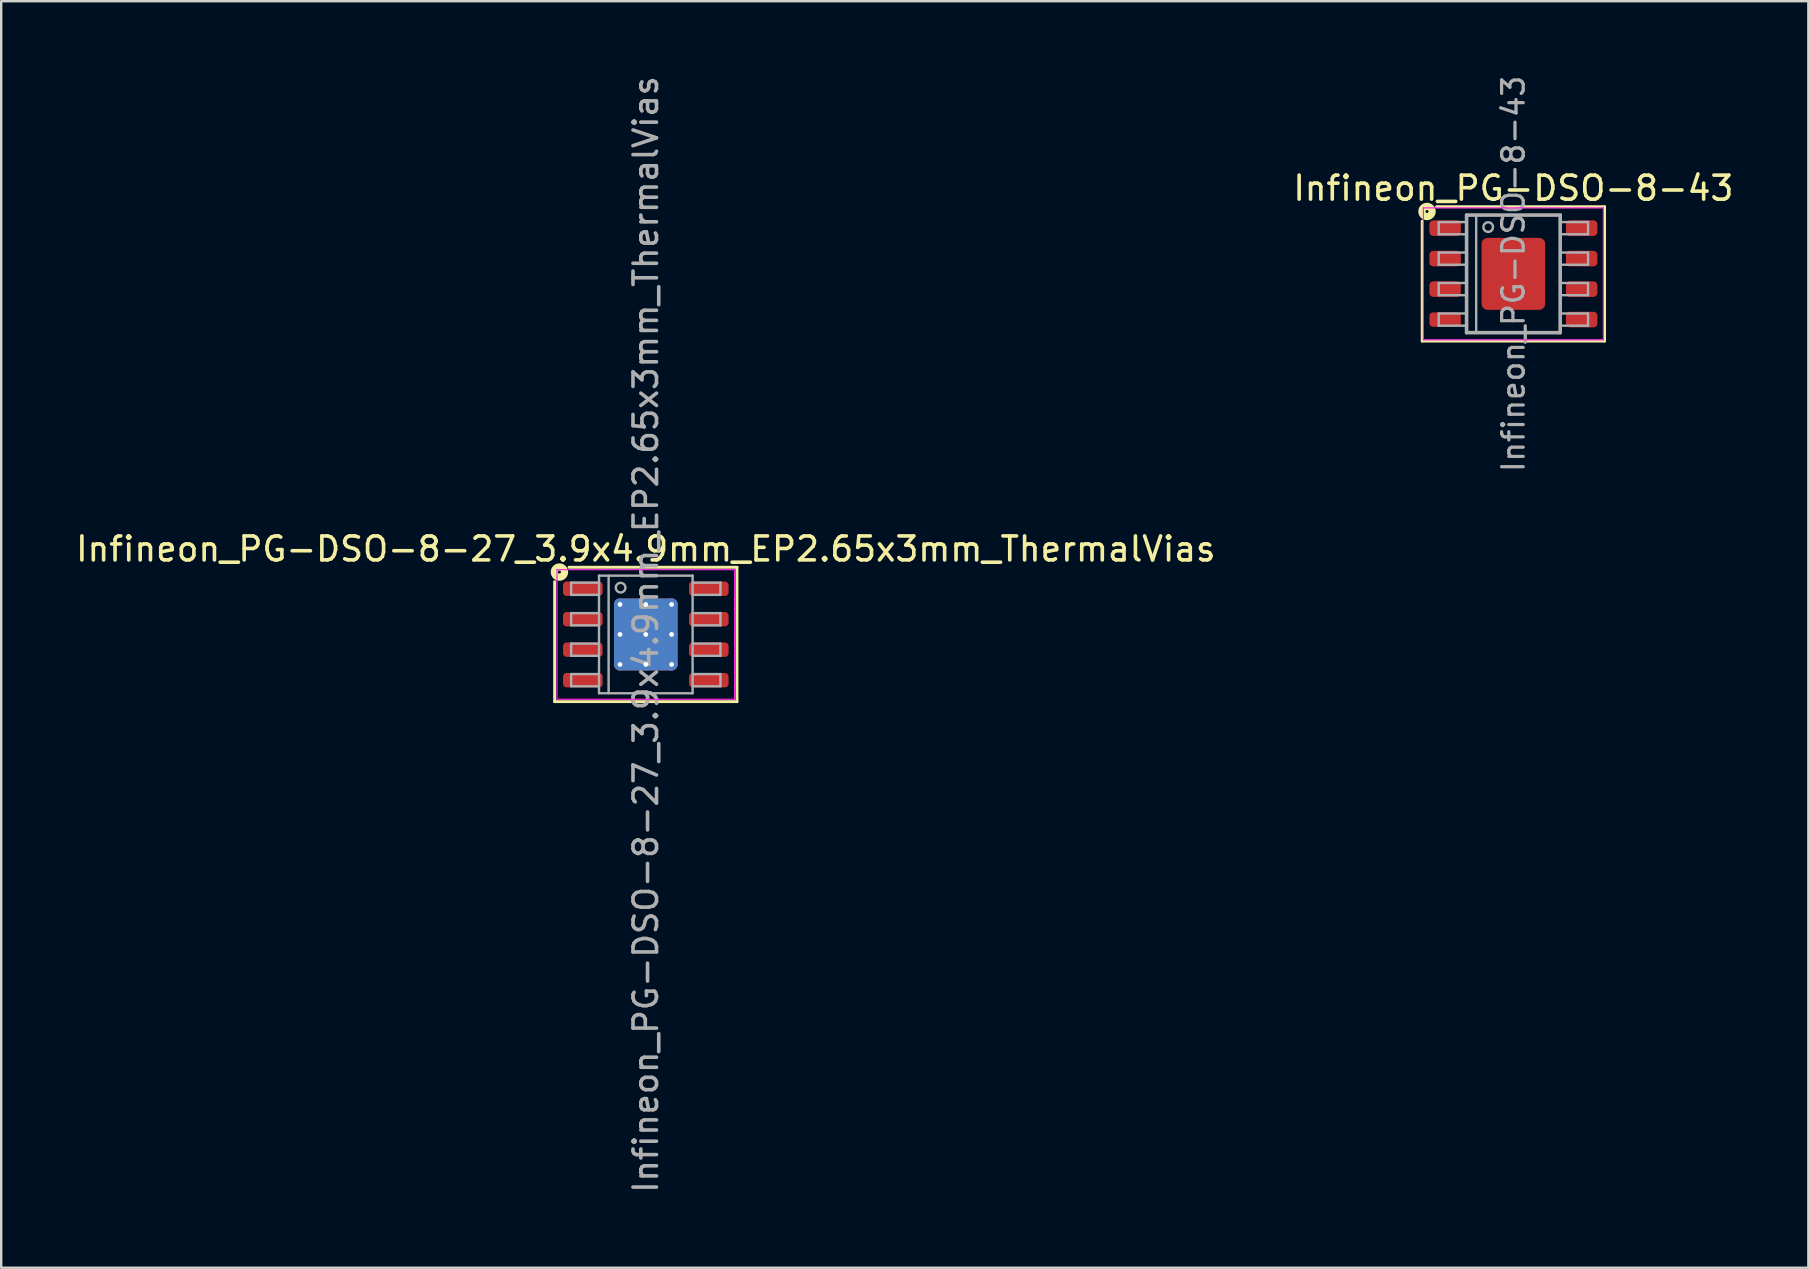
<source format=kicad_pcb>
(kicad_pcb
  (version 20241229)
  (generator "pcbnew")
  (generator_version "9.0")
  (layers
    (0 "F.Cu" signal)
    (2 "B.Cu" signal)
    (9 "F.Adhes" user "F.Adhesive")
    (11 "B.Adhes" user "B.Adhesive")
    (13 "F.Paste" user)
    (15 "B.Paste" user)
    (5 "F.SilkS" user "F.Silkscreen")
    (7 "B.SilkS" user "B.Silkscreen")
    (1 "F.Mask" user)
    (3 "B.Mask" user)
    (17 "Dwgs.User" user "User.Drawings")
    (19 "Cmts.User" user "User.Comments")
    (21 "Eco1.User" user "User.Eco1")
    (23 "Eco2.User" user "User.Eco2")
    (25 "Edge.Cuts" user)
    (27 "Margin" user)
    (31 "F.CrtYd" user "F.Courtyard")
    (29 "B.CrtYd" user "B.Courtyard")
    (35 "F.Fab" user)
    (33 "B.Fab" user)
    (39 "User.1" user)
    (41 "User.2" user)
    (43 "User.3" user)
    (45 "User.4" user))
  (footprint "Infineon_PG-DSO-8-43"
    (layer "F.Cu")
    (at 60.018 8.363)
    (property "Reference" "Infineon_PG-DSO-8-43" (at 0 -3.57 0) (layer "F.SilkS") (effects (font (size 1 1) (thickness 0.15))))
    (attr smd)
    (fp_line (start -3.8 2.8) (end -3.8 -2.2) (stroke (width 0.12) (type solid)) (layer "F.SilkS"))
    (fp_line (start -3.2 -2.8) (end 3.8 -2.8) (stroke (width 0.12) (type solid)) (layer "F.SilkS"))
    (fp_line (start 3.8 -2.8) (end 3.8 2.8) (stroke (width 0.12) (type solid)) (layer "F.SilkS"))
    (fp_line (start 3.8 2.8) (end -3.8 2.8) (stroke (width 0.12) (type solid)) (layer "F.SilkS"))
    (fp_circle (center -3.6 -2.6) (end -3.537 -2.6) (stroke (width 0.3) (type solid)) (fill no) (layer "F.SilkS"))
    (fp_line (start -3.75 -2.75) (end -3.75 2.75) (stroke (width 0.05) (type solid)) (layer "F.CrtYd"))
    (fp_line (start -3.75 -2.75) (end 3.75 -2.75) (stroke (width 0.05) (type solid)) (layer "F.CrtYd"))
    (fp_line (start -3.75 2.75) (end 3.75 2.75) (stroke (width 0.05) (type solid)) (layer "F.CrtYd"))
    (fp_line (start 3.75 -2.75) (end 3.75 2.75) (stroke (width 0.05) (type solid)) (layer "F.CrtYd"))
    (fp_line (start -3.111 -2.159) (end -3.111 -1.651) (stroke (width 0.1) (type solid)) (layer "F.Fab"))
    (fp_line (start -3.111 -2.159) (end -1.968 -2.159) (stroke (width 0.1) (type solid)) (layer "F.Fab"))
    (fp_line (start -3.111 -1.651) (end -1.968 -1.651) (stroke (width 0.1) (type solid)) (layer "F.Fab"))
    (fp_line (start -3.111 -0.889) (end -3.111 -0.381) (stroke (width 0.1) (type solid)) (layer "F.Fab"))
    (fp_line (start -3.111 -0.889) (end -1.968 -0.889) (stroke (width 0.1) (type solid)) (layer "F.Fab"))
    (fp_line (start -3.111 -0.381) (end -1.968 -0.381) (stroke (width 0.1) (type solid)) (layer "F.Fab"))
    (fp_line (start -3.111 0.381) (end -3.111 0.889) (stroke (width 0.1) (type solid)) (layer "F.Fab"))
    (fp_line (start -3.111 0.381) (end -1.968 0.381) (stroke (width 0.1) (type solid)) (layer "F.Fab"))
    (fp_line (start -3.111 0.889) (end -1.968 0.889) (stroke (width 0.1) (type solid)) (layer "F.Fab"))
    (fp_line (start -3.111 1.651) (end -3.111 2.159) (stroke (width 0.1) (type solid)) (layer "F.Fab"))
    (fp_line (start -3.111 1.651) (end -1.968 1.651) (stroke (width 0.1) (type solid)) (layer "F.Fab"))
    (fp_line (start -3.111 2.159) (end -1.968 2.159) (stroke (width 0.1) (type solid)) (layer "F.Fab"))
    (fp_line (start -1.95 -2.45) (end 1.95 -2.45) (stroke (width 0.15) (type solid)) (layer "F.Fab"))
    (fp_line (start -1.95 2.45) (end -1.95 -2.45) (stroke (width 0.15) (type solid)) (layer "F.Fab"))
    (fp_line (start -1.55 -2.45) (end -1.55 2.45) (stroke (width 0.1) (type solid)) (layer "F.Fab"))
    (fp_line (start 1.95 -2.45) (end 1.95 2.45) (stroke (width 0.15) (type solid)) (layer "F.Fab"))
    (fp_line (start 1.95 2.45) (end -1.95 2.45) (stroke (width 0.15) (type solid)) (layer "F.Fab"))
    (fp_line (start 3.111 -2.159) (end 1.968 -2.159) (stroke (width 0.1) (type solid)) (layer "F.Fab"))
    (fp_line (start 3.111 -1.651) (end 1.968 -1.651) (stroke (width 0.1) (type solid)) (layer "F.Fab"))
    (fp_line (start 3.111 -1.651) (end 3.111 -2.159) (stroke (width 0.1) (type solid)) (layer "F.Fab"))
    (fp_line (start 3.111 -0.889) (end 1.968 -0.889) (stroke (width 0.1) (type solid)) (layer "F.Fab"))
    (fp_line (start 3.111 -0.381) (end 1.968 -0.381) (stroke (width 0.1) (type solid)) (layer "F.Fab"))
    (fp_line (start 3.111 -0.381) (end 3.111 -0.889) (stroke (width 0.1) (type solid)) (layer "F.Fab"))
    (fp_line (start 3.111 0.381) (end 1.968 0.381) (stroke (width 0.1) (type solid)) (layer "F.Fab"))
    (fp_line (start 3.111 0.889) (end 1.968 0.889) (stroke (width 0.1) (type solid)) (layer "F.Fab"))
    (fp_line (start 3.111 0.889) (end 3.111 0.381) (stroke (width 0.1) (type solid)) (layer "F.Fab"))
    (fp_line (start 3.111 1.651) (end 1.968 1.651) (stroke (width 0.1) (type solid)) (layer "F.Fab"))
    (fp_line (start 3.111 2.159) (end 1.968 2.159) (stroke (width 0.1) (type solid)) (layer "F.Fab"))
    (fp_line (start 3.111 2.159) (end 3.111 1.651) (stroke (width 0.1) (type solid)) (layer "F.Fab"))
    (fp_circle (center -1.05 -1.95) (end -0.85 -1.95) (stroke (width 0.1) (type solid)) (fill no) (layer "F.Fab"))
    (fp_text user "${REFERENCE}" (at 0 0 90) (layer "F.Fab") (effects (font (size 0.9 0.9) (thickness 0.135))))
    (pad "" smd roundrect (at -0.7 -0.8) (size 0.9 1.1) (layers "F.Paste") (roundrect_rratio 0.25))
    (pad "" smd roundrect (at -0.7 0.8) (size 0.9 1.1) (layers "F.Paste") (roundrect_rratio 0.25))
    (pad "" smd roundrect (at 0.7 -0.8) (size 0.9 1.1) (layers "F.Paste") (roundrect_rratio 0.25))
    (pad "" smd roundrect (at 0.7 0.8) (size 0.9 1.1) (layers "F.Paste") (roundrect_rratio 0.25))
    (pad "1" smd roundrect (at -2.845 -1.905) (size 1.31 0.65) (layers "F.Cu" "F.Mask" "F.Paste") (roundrect_rratio 0.25))
    (pad "2" smd roundrect (at -2.845 -0.635) (size 1.31 0.65) (layers "F.Cu" "F.Mask" "F.Paste") (roundrect_rratio 0.25))
    (pad "3" smd roundrect (at -2.845 0.635) (size 1.31 0.65) (layers "F.Cu" "F.Mask" "F.Paste") (roundrect_rratio 0.25))
    (pad "4" smd roundrect (at -2.845 1.905) (size 1.31 0.6) (layers "F.Cu" "F.Mask" "F.Paste") (roundrect_rratio 0.25))
    (pad "5" smd roundrect (at 2.845 1.905) (size 1.31 0.65) (layers "F.Cu" "F.Mask" "F.Paste") (roundrect_rratio 0.25))
    (pad "6" smd roundrect (at 2.845 0.635) (size 1.31 0.65) (layers "F.Cu" "F.Mask" "F.Paste") (roundrect_rratio 0.25))
    (pad "7" smd roundrect (at 2.845 -0.635) (size 1.31 0.65) (layers "F.Cu" "F.Mask" "F.Paste") (roundrect_rratio 0.25))
    (pad "8" smd roundrect (at 2.845 -1.905) (size 1.31 0.65) (layers "F.Cu" "F.Mask" "F.Paste") (roundrect_rratio 0.25))
    (pad "9" smd roundrect (at 0 0) (size 2.65 3) (layers "F.Cu" "F.Mask") (roundrect_rratio 0.094)))
  (footprint "Infineon_PG-DSO-8-27_3.9x4.9mm_EP2.65x3mm_ThermalVias"
    (layer "F.Cu")
    (at 23.863 23.39)
    (property "Reference" "Infineon_PG-DSO-8-27_3.9x4.9mm_EP2.65x3mm_ThermalVias" (at 0 -3.562 0) (layer "F.SilkS") (effects (font (size 1 1) (thickness 0.15))))
    (attr smd)
    (fp_line (start -3.8 2.8) (end -3.8 -2.2) (stroke (width 0.12) (type solid)) (layer "F.SilkS"))
    (fp_line (start -3.2 -2.8) (end 3.8 -2.8) (stroke (width 0.12) (type solid)) (layer "F.SilkS"))
    (fp_line (start 3.8 -2.8) (end 3.8 2.8) (stroke (width 0.12) (type solid)) (layer "F.SilkS"))
    (fp_line (start 3.8 2.8) (end -3.8 2.8) (stroke (width 0.12) (type solid)) (layer "F.SilkS"))
    (fp_circle (center -3.6 -2.6) (end -3.537 -2.6) (stroke (width 0.3) (type solid)) (fill no) (layer "F.SilkS"))
    (fp_line (start -3.7 -2.7) (end -3.7 2.7) (stroke (width 0.05) (type solid)) (layer "F.CrtYd"))
    (fp_line (start -3.7 2.7) (end 3.7 2.7) (stroke (width 0.05) (type solid)) (layer "F.CrtYd"))
    (fp_line (start 3.7 -2.7) (end -3.7 -2.7) (stroke (width 0.05) (type solid)) (layer "F.CrtYd"))
    (fp_line (start 3.7 2.7) (end 3.7 -2.7) (stroke (width 0.05) (type solid)) (layer "F.CrtYd"))
    (fp_line (start -3.111 -2.159) (end -3.111 -1.651) (stroke (width 0.1) (type solid)) (layer "F.Fab"))
    (fp_line (start -3.111 -2.159) (end -1.968 -2.159) (stroke (width 0.1) (type solid)) (layer "F.Fab"))
    (fp_line (start -3.111 -1.651) (end -1.968 -1.651) (stroke (width 0.1) (type solid)) (layer "F.Fab"))
    (fp_line (start -3.111 -0.889) (end -3.111 -0.381) (stroke (width 0.1) (type solid)) (layer "F.Fab"))
    (fp_line (start -3.111 -0.889) (end -1.968 -0.889) (stroke (width 0.1) (type solid)) (layer "F.Fab"))
    (fp_line (start -3.111 -0.381) (end -1.968 -0.381) (stroke (width 0.1) (type solid)) (layer "F.Fab"))
    (fp_line (start -3.111 0.381) (end -3.111 0.889) (stroke (width 0.1) (type solid)) (layer "F.Fab"))
    (fp_line (start -3.111 0.381) (end -1.968 0.381) (stroke (width 0.1) (type solid)) (layer "F.Fab"))
    (fp_line (start -3.111 0.889) (end -1.968 0.889) (stroke (width 0.1) (type solid)) (layer "F.Fab"))
    (fp_line (start -3.111 1.651) (end -3.111 2.159) (stroke (width 0.1) (type solid)) (layer "F.Fab"))
    (fp_line (start -3.111 1.651) (end -1.968 1.651) (stroke (width 0.1) (type solid)) (layer "F.Fab"))
    (fp_line (start -3.111 2.159) (end -1.968 2.159) (stroke (width 0.1) (type solid)) (layer "F.Fab"))
    (fp_line (start -1.95 -2.45) (end 1.95 -2.45) (stroke (width 0.1) (type solid)) (layer "F.Fab"))
    (fp_line (start -1.95 2.45) (end -1.95 -2.45) (stroke (width 0.1) (type solid)) (layer "F.Fab"))
    (fp_line (start -1.55 -2.45) (end -1.55 2.45) (stroke (width 0.1) (type solid)) (layer "F.Fab"))
    (fp_line (start 1.95 -2.45) (end 1.95 2.45) (stroke (width 0.1) (type solid)) (layer "F.Fab"))
    (fp_line (start 1.95 2.45) (end -1.95 2.45) (stroke (width 0.1) (type solid)) (layer "F.Fab"))
    (fp_line (start 3.111 -2.159) (end 1.968 -2.159) (stroke (width 0.1) (type solid)) (layer "F.Fab"))
    (fp_line (start 3.111 -1.651) (end 1.968 -1.651) (stroke (width 0.1) (type solid)) (layer "F.Fab"))
    (fp_line (start 3.111 -1.651) (end 3.111 -2.159) (stroke (width 0.1) (type solid)) (layer "F.Fab"))
    (fp_line (start 3.111 -0.889) (end 1.968 -0.889) (stroke (width 0.1) (type solid)) (layer "F.Fab"))
    (fp_line (start 3.111 -0.381) (end 1.968 -0.381) (stroke (width 0.1) (type solid)) (layer "F.Fab"))
    (fp_line (start 3.111 -0.381) (end 3.111 -0.889) (stroke (width 0.1) (type solid)) (layer "F.Fab"))
    (fp_line (start 3.111 0.381) (end 1.968 0.381) (stroke (width 0.1) (type solid)) (layer "F.Fab"))
    (fp_line (start 3.111 0.889) (end 1.968 0.889) (stroke (width 0.1) (type solid)) (layer "F.Fab"))
    (fp_line (start 3.111 0.889) (end 3.111 0.381) (stroke (width 0.1) (type solid)) (layer "F.Fab"))
    (fp_line (start 3.111 1.651) (end 1.968 1.651) (stroke (width 0.1) (type solid)) (layer "F.Fab"))
    (fp_line (start 3.111 2.159) (end 1.968 2.159) (stroke (width 0.1) (type solid)) (layer "F.Fab"))
    (fp_line (start 3.111 2.159) (end 3.111 1.651) (stroke (width 0.1) (type solid)) (layer "F.Fab"))
    (fp_circle (center -1.05 -1.95) (end -0.85 -1.95) (stroke (width 0.1) (type solid)) (fill no) (layer "F.Fab"))
    (fp_text user "${REFERENCE}" (at 0 0 90) (layer "F.Fab") (effects (font (size 0.98 0.98) (thickness 0.15))))
    (pad "" smd roundrect (at -0.66 -0.75) (size 1.11 1.25) (layers "F.Paste") (roundrect_rratio 0.225))
    (pad "" smd roundrect (at -0.66 0.75) (size 1.11 1.25) (layers "F.Paste") (roundrect_rratio 0.225))
    (pad "" smd roundrect (at 0.66 -0.75) (size 1.11 1.25) (layers "F.Paste") (roundrect_rratio 0.225))
    (pad "" smd roundrect (at 0.66 0.75) (size 1.11 1.25) (layers "F.Paste") (roundrect_rratio 0.225))
    (pad "1" smd roundrect (at -2.625 -1.905) (size 1.65 0.6) (layers "F.Cu" "F.Mask" "F.Paste") (roundrect_rratio 0.25))
    (pad "2" smd roundrect (at -2.625 -0.635) (size 1.65 0.6) (layers "F.Cu" "F.Mask" "F.Paste") (roundrect_rratio 0.25))
    (pad "3" smd roundrect (at -2.625 0.635) (size 1.65 0.6) (layers "F.Cu" "F.Mask" "F.Paste") (roundrect_rratio 0.25))
    (pad "4" smd roundrect (at -2.625 1.905) (size 1.65 0.6) (layers "F.Cu" "F.Mask" "F.Paste") (roundrect_rratio 0.25))
    (pad "5" smd roundrect (at 2.625 1.905) (size 1.65 0.6) (layers "F.Cu" "F.Mask" "F.Paste") (roundrect_rratio 0.25))
    (pad "6" smd roundrect (at 2.625 0.635) (size 1.65 0.6) (layers "F.Cu" "F.Mask" "F.Paste") (roundrect_rratio 0.25))
    (pad "7" smd roundrect (at 2.625 -0.635) (size 1.65 0.6) (layers "F.Cu" "F.Mask" "F.Paste") (roundrect_rratio 0.25))
    (pad "8" smd roundrect (at 2.625 -1.905) (size 1.65 0.6) (layers "F.Cu" "F.Mask" "F.Paste") (roundrect_rratio 0.25))
    (pad "9" thru_hole circle (at -1.075 -1.25) (size 0.5 0.5) (drill 0.2) (property pad_prop_heatsink) (layers "*.Cu"))
    (pad "9" thru_hole circle (at -1.075 0) (size 0.5 0.5) (drill 0.2) (property pad_prop_heatsink) (layers "*.Cu"))
    (pad "9" thru_hole circle (at -1.075 1.25) (size 0.5 0.5) (drill 0.2) (property pad_prop_heatsink) (layers "*.Cu"))
    (pad "9" thru_hole circle (at 0 -1.25) (size 0.5 0.5) (drill 0.2) (property pad_prop_heatsink) (layers "*.Cu"))
    (pad "9" thru_hole circle (at 0 0) (size 0.5 0.5) (drill 0.2) (property pad_prop_heatsink) (layers "*.Cu"))
    (pad "9" smd roundrect (at 0 0) (size 2.65 3) (layers "F.Cu" "F.Mask") (roundrect_rratio 0.094))
    (pad "9" smd roundrect (at 0 0) (size 2.65 3) (layers "B.Cu" "B.Mask") (roundrect_rratio 0.094))
    (pad "9" thru_hole circle (at 0 1.25) (size 0.5 0.5) (drill 0.2) (property pad_prop_heatsink) (layers "*.Cu"))
    (pad "9" thru_hole circle (at 1.075 -1.25) (size 0.5 0.5) (drill 0.2) (property pad_prop_heatsink) (layers "*.Cu"))
    (pad "9" thru_hole circle (at 1.075 0) (size 0.5 0.5) (drill 0.2) (property pad_prop_heatsink) (layers "*.Cu"))
    (pad "9" thru_hole circle (at 1.075 1.25) (size 0.5 0.5) (drill 0.2) (property pad_prop_heatsink) (layers "*.Cu")))
  (gr_rect
    (start -3 -3)
    (end 72.31 49.781)
    (stroke (width 0.1) (type default))
    (fill no)
    (layer "Edge.Cuts")))
</source>
